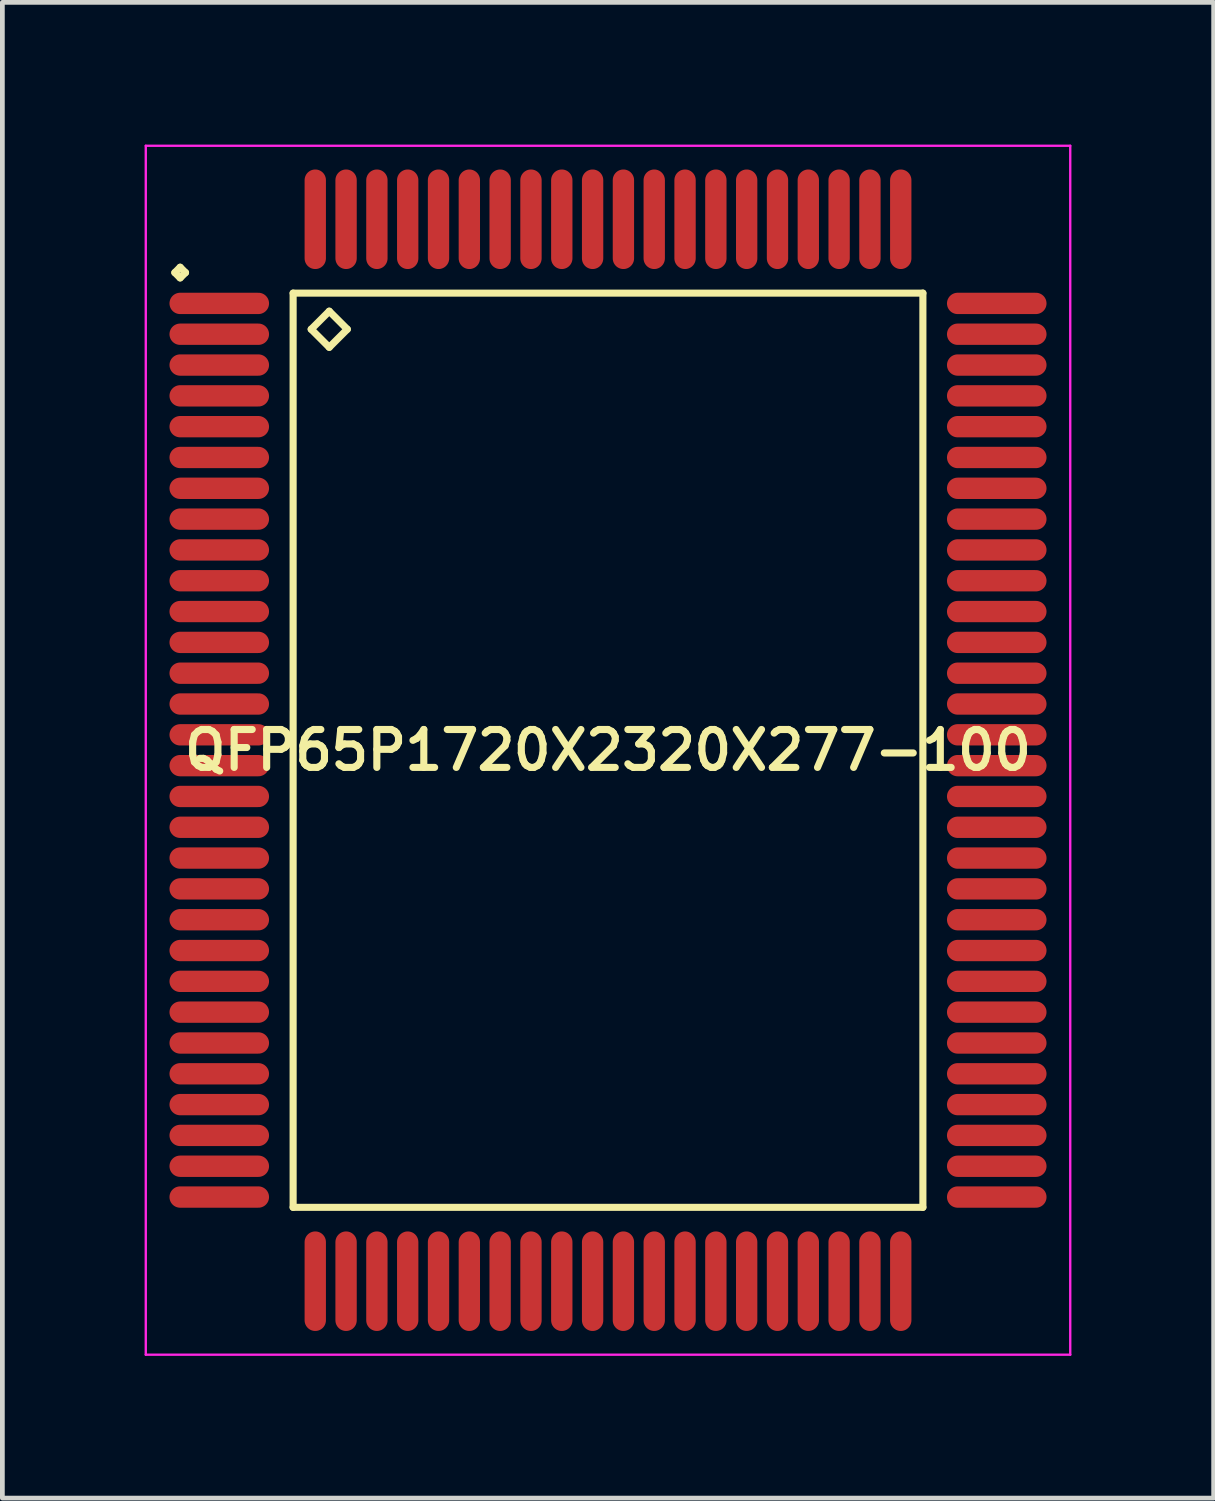
<source format=kicad_pcb>
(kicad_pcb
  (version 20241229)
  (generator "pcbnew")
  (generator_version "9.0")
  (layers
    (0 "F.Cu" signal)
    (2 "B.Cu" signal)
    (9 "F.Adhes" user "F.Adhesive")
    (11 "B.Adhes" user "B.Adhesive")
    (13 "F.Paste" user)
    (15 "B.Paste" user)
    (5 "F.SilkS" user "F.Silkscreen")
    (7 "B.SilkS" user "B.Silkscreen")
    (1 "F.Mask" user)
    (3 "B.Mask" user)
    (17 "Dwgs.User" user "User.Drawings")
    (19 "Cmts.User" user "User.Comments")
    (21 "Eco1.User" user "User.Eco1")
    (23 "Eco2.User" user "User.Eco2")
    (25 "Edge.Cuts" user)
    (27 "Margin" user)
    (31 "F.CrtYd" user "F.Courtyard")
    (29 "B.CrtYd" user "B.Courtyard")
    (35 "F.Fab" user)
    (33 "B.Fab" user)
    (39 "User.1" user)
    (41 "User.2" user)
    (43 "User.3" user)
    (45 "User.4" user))
  (footprint "QFP65P1720X2320X277-100"
    (layer "F.Cu")
    (at 9.775 12.775)
    (property "Reference" "QFP65P1720X2320X277-100" (at 0 0 0) (layer "F.SilkS") (effects (font (size 0.8 0.8) (thickness 0.15))))
    (attr smd)
    (fp_line (start -9.137 -10.075) (end -9.025 -10.188) (stroke (width 0.15) (type solid)) (layer "F.SilkS"))
    (fp_line (start -9.025 -10.188) (end -8.912 -10.075) (stroke (width 0.15) (type solid)) (layer "F.SilkS"))
    (fp_line (start -9.025 -9.963) (end -9.137 -10.075) (stroke (width 0.15) (type solid)) (layer "F.SilkS"))
    (fp_line (start -8.912 -10.075) (end -9.025 -9.963) (stroke (width 0.15) (type solid)) (layer "F.SilkS"))
    (fp_line (start -6.642 -9.642) (end -6.642 9.642) (stroke (width 0.15) (type solid)) (layer "F.SilkS"))
    (fp_line (start -6.642 9.642) (end 6.642 9.642) (stroke (width 0.15) (type solid)) (layer "F.SilkS"))
    (fp_line (start -6.261 -8.88) (end -5.88 -9.261) (stroke (width 0.15) (type solid)) (layer "F.SilkS"))
    (fp_line (start -5.88 -9.261) (end -5.499 -8.88) (stroke (width 0.15) (type solid)) (layer "F.SilkS"))
    (fp_line (start -5.88 -8.499) (end -6.261 -8.88) (stroke (width 0.15) (type solid)) (layer "F.SilkS"))
    (fp_line (start -5.499 -8.88) (end -5.88 -8.499) (stroke (width 0.15) (type solid)) (layer "F.SilkS"))
    (fp_line (start 6.642 -9.642) (end -6.642 -9.642) (stroke (width 0.15) (type solid)) (layer "F.SilkS"))
    (fp_line (start 6.642 9.642) (end 6.642 -9.642) (stroke (width 0.15) (type solid)) (layer "F.SilkS"))
    (fp_line (start -9.75 -12.75) (end 9.75 -12.75) (stroke (width 0.05) (type solid)) (layer "F.CrtYd"))
    (fp_line (start -9.75 12.75) (end -9.75 -12.75) (stroke (width 0.05) (type solid)) (layer "F.CrtYd"))
    (fp_line (start 9.75 -12.75) (end 9.75 12.75) (stroke (width 0.05) (type solid)) (layer "F.CrtYd"))
    (fp_line (start 9.75 12.75) (end -9.75 12.75) (stroke (width 0.05) (type solid)) (layer "F.CrtYd"))
    (pad "1" smd oval (at -8.2 -9.425) (size 2.1 0.45) (layers "F.Cu" "F.Mask" "F.Paste"))
    (pad "2" smd oval (at -8.2 -8.775) (size 2.1 0.45) (layers "F.Cu" "F.Mask" "F.Paste"))
    (pad "3" smd oval (at -8.2 -8.125) (size 2.1 0.45) (layers "F.Cu" "F.Mask" "F.Paste"))
    (pad "4" smd oval (at -8.2 -7.475) (size 2.1 0.45) (layers "F.Cu" "F.Mask" "F.Paste"))
    (pad "5" smd oval (at -8.2 -6.825) (size 2.1 0.45) (layers "F.Cu" "F.Mask" "F.Paste"))
    (pad "6" smd oval (at -8.2 -6.175) (size 2.1 0.45) (layers "F.Cu" "F.Mask" "F.Paste"))
    (pad "7" smd oval (at -8.2 -5.525) (size 2.1 0.45) (layers "F.Cu" "F.Mask" "F.Paste"))
    (pad "8" smd oval (at -8.2 -4.875) (size 2.1 0.45) (layers "F.Cu" "F.Mask" "F.Paste"))
    (pad "9" smd oval (at -8.2 -4.225) (size 2.1 0.45) (layers "F.Cu" "F.Mask" "F.Paste"))
    (pad "10" smd oval (at -8.2 -3.575) (size 2.1 0.45) (layers "F.Cu" "F.Mask" "F.Paste"))
    (pad "11" smd oval (at -8.2 -2.925) (size 2.1 0.45) (layers "F.Cu" "F.Mask" "F.Paste"))
    (pad "12" smd oval (at -8.2 -2.275) (size 2.1 0.45) (layers "F.Cu" "F.Mask" "F.Paste"))
    (pad "13" smd oval (at -8.2 -1.625) (size 2.1 0.45) (layers "F.Cu" "F.Mask" "F.Paste"))
    (pad "14" smd oval (at -8.2 -0.975) (size 2.1 0.45) (layers "F.Cu" "F.Mask" "F.Paste"))
    (pad "15" smd oval (at -8.2 -0.325) (size 2.1 0.45) (layers "F.Cu" "F.Mask" "F.Paste"))
    (pad "16" smd oval (at -8.2 0.325) (size 2.1 0.45) (layers "F.Cu" "F.Mask" "F.Paste"))
    (pad "17" smd oval (at -8.2 0.975) (size 2.1 0.45) (layers "F.Cu" "F.Mask" "F.Paste"))
    (pad "18" smd oval (at -8.2 1.625) (size 2.1 0.45) (layers "F.Cu" "F.Mask" "F.Paste"))
    (pad "19" smd oval (at -8.2 2.275) (size 2.1 0.45) (layers "F.Cu" "F.Mask" "F.Paste"))
    (pad "20" smd oval (at -8.2 2.925) (size 2.1 0.45) (layers "F.Cu" "F.Mask" "F.Paste"))
    (pad "21" smd oval (at -8.2 3.575) (size 2.1 0.45) (layers "F.Cu" "F.Mask" "F.Paste"))
    (pad "22" smd oval (at -8.2 4.225) (size 2.1 0.45) (layers "F.Cu" "F.Mask" "F.Paste"))
    (pad "23" smd oval (at -8.2 4.875) (size 2.1 0.45) (layers "F.Cu" "F.Mask" "F.Paste"))
    (pad "24" smd oval (at -8.2 5.525) (size 2.1 0.45) (layers "F.Cu" "F.Mask" "F.Paste"))
    (pad "25" smd oval (at -8.2 6.175) (size 2.1 0.45) (layers "F.Cu" "F.Mask" "F.Paste"))
    (pad "26" smd oval (at -8.2 6.825) (size 2.1 0.45) (layers "F.Cu" "F.Mask" "F.Paste"))
    (pad "27" smd oval (at -8.2 7.475) (size 2.1 0.45) (layers "F.Cu" "F.Mask" "F.Paste"))
    (pad "28" smd oval (at -8.2 8.125) (size 2.1 0.45) (layers "F.Cu" "F.Mask" "F.Paste"))
    (pad "29" smd oval (at -8.2 8.775) (size 2.1 0.45) (layers "F.Cu" "F.Mask" "F.Paste"))
    (pad "30" smd oval (at -8.2 9.425) (size 2.1 0.45) (layers "F.Cu" "F.Mask" "F.Paste"))
    (pad "31" smd oval (at -6.175 11.2) (size 0.45 2.1) (layers "F.Cu" "F.Mask" "F.Paste"))
    (pad "32" smd oval (at -5.525 11.2) (size 0.45 2.1) (layers "F.Cu" "F.Mask" "F.Paste"))
    (pad "33" smd oval (at -4.875 11.2) (size 0.45 2.1) (layers "F.Cu" "F.Mask" "F.Paste"))
    (pad "34" smd oval (at -4.225 11.2) (size 0.45 2.1) (layers "F.Cu" "F.Mask" "F.Paste"))
    (pad "35" smd oval (at -3.575 11.2) (size 0.45 2.1) (layers "F.Cu" "F.Mask" "F.Paste"))
    (pad "36" smd oval (at -2.925 11.2) (size 0.45 2.1) (layers "F.Cu" "F.Mask" "F.Paste"))
    (pad "37" smd oval (at -2.275 11.2) (size 0.45 2.1) (layers "F.Cu" "F.Mask" "F.Paste"))
    (pad "38" smd oval (at -1.625 11.2) (size 0.45 2.1) (layers "F.Cu" "F.Mask" "F.Paste"))
    (pad "39" smd oval (at -0.975 11.2) (size 0.45 2.1) (layers "F.Cu" "F.Mask" "F.Paste"))
    (pad "40" smd oval (at -0.325 11.2) (size 0.45 2.1) (layers "F.Cu" "F.Mask" "F.Paste"))
    (pad "41" smd oval (at 0.325 11.2) (size 0.45 2.1) (layers "F.Cu" "F.Mask" "F.Paste"))
    (pad "42" smd oval (at 0.975 11.2) (size 0.45 2.1) (layers "F.Cu" "F.Mask" "F.Paste"))
    (pad "43" smd oval (at 1.625 11.2) (size 0.45 2.1) (layers "F.Cu" "F.Mask" "F.Paste"))
    (pad "44" smd oval (at 2.275 11.2) (size 0.45 2.1) (layers "F.Cu" "F.Mask" "F.Paste"))
    (pad "45" smd oval (at 2.925 11.2) (size 0.45 2.1) (layers "F.Cu" "F.Mask" "F.Paste"))
    (pad "46" smd oval (at 3.575 11.2) (size 0.45 2.1) (layers "F.Cu" "F.Mask" "F.Paste"))
    (pad "47" smd oval (at 4.225 11.2) (size 0.45 2.1) (layers "F.Cu" "F.Mask" "F.Paste"))
    (pad "48" smd oval (at 4.875 11.2) (size 0.45 2.1) (layers "F.Cu" "F.Mask" "F.Paste"))
    (pad "49" smd oval (at 5.525 11.2) (size 0.45 2.1) (layers "F.Cu" "F.Mask" "F.Paste"))
    (pad "50" smd oval (at 6.175 11.2) (size 0.45 2.1) (layers "F.Cu" "F.Mask" "F.Paste"))
    (pad "51" smd oval (at 8.2 9.425) (size 2.1 0.45) (layers "F.Cu" "F.Mask" "F.Paste"))
    (pad "52" smd oval (at 8.2 8.775) (size 2.1 0.45) (layers "F.Cu" "F.Mask" "F.Paste"))
    (pad "53" smd oval (at 8.2 8.125) (size 2.1 0.45) (layers "F.Cu" "F.Mask" "F.Paste"))
    (pad "54" smd oval (at 8.2 7.475) (size 2.1 0.45) (layers "F.Cu" "F.Mask" "F.Paste"))
    (pad "55" smd oval (at 8.2 6.825) (size 2.1 0.45) (layers "F.Cu" "F.Mask" "F.Paste"))
    (pad "56" smd oval (at 8.2 6.175) (size 2.1 0.45) (layers "F.Cu" "F.Mask" "F.Paste"))
    (pad "57" smd oval (at 8.2 5.525) (size 2.1 0.45) (layers "F.Cu" "F.Mask" "F.Paste"))
    (pad "58" smd oval (at 8.2 4.875) (size 2.1 0.45) (layers "F.Cu" "F.Mask" "F.Paste"))
    (pad "59" smd oval (at 8.2 4.225) (size 2.1 0.45) (layers "F.Cu" "F.Mask" "F.Paste"))
    (pad "60" smd oval (at 8.2 3.575) (size 2.1 0.45) (layers "F.Cu" "F.Mask" "F.Paste"))
    (pad "61" smd oval (at 8.2 2.925) (size 2.1 0.45) (layers "F.Cu" "F.Mask" "F.Paste"))
    (pad "62" smd oval (at 8.2 2.275) (size 2.1 0.45) (layers "F.Cu" "F.Mask" "F.Paste"))
    (pad "63" smd oval (at 8.2 1.625) (size 2.1 0.45) (layers "F.Cu" "F.Mask" "F.Paste"))
    (pad "64" smd oval (at 8.2 0.975) (size 2.1 0.45) (layers "F.Cu" "F.Mask" "F.Paste"))
    (pad "65" smd oval (at 8.2 0.325) (size 2.1 0.45) (layers "F.Cu" "F.Mask" "F.Paste"))
    (pad "66" smd oval (at 8.2 -0.325) (size 2.1 0.45) (layers "F.Cu" "F.Mask" "F.Paste"))
    (pad "67" smd oval (at 8.2 -0.975) (size 2.1 0.45) (layers "F.Cu" "F.Mask" "F.Paste"))
    (pad "68" smd oval (at 8.2 -1.625) (size 2.1 0.45) (layers "F.Cu" "F.Mask" "F.Paste"))
    (pad "69" smd oval (at 8.2 -2.275) (size 2.1 0.45) (layers "F.Cu" "F.Mask" "F.Paste"))
    (pad "70" smd oval (at 8.2 -2.925) (size 2.1 0.45) (layers "F.Cu" "F.Mask" "F.Paste"))
    (pad "71" smd oval (at 8.2 -3.575) (size 2.1 0.45) (layers "F.Cu" "F.Mask" "F.Paste"))
    (pad "72" smd oval (at 8.2 -4.225) (size 2.1 0.45) (layers "F.Cu" "F.Mask" "F.Paste"))
    (pad "73" smd oval (at 8.2 -4.875) (size 2.1 0.45) (layers "F.Cu" "F.Mask" "F.Paste"))
    (pad "74" smd oval (at 8.2 -5.525) (size 2.1 0.45) (layers "F.Cu" "F.Mask" "F.Paste"))
    (pad "75" smd oval (at 8.2 -6.175) (size 2.1 0.45) (layers "F.Cu" "F.Mask" "F.Paste"))
    (pad "76" smd oval (at 8.2 -6.825) (size 2.1 0.45) (layers "F.Cu" "F.Mask" "F.Paste"))
    (pad "77" smd oval (at 8.2 -7.475) (size 2.1 0.45) (layers "F.Cu" "F.Mask" "F.Paste"))
    (pad "78" smd oval (at 8.2 -8.125) (size 2.1 0.45) (layers "F.Cu" "F.Mask" "F.Paste"))
    (pad "79" smd oval (at 8.2 -8.775) (size 2.1 0.45) (layers "F.Cu" "F.Mask" "F.Paste"))
    (pad "80" smd oval (at 8.2 -9.425) (size 2.1 0.45) (layers "F.Cu" "F.Mask" "F.Paste"))
    (pad "81" smd oval (at 6.175 -11.2) (size 0.45 2.1) (layers "F.Cu" "F.Mask" "F.Paste"))
    (pad "82" smd oval (at 5.525 -11.2) (size 0.45 2.1) (layers "F.Cu" "F.Mask" "F.Paste"))
    (pad "83" smd oval (at 4.875 -11.2) (size 0.45 2.1) (layers "F.Cu" "F.Mask" "F.Paste"))
    (pad "84" smd oval (at 4.225 -11.2) (size 0.45 2.1) (layers "F.Cu" "F.Mask" "F.Paste"))
    (pad "85" smd oval (at 3.575 -11.2) (size 0.45 2.1) (layers "F.Cu" "F.Mask" "F.Paste"))
    (pad "86" smd oval (at 2.925 -11.2) (size 0.45 2.1) (layers "F.Cu" "F.Mask" "F.Paste"))
    (pad "87" smd oval (at 2.275 -11.2) (size 0.45 2.1) (layers "F.Cu" "F.Mask" "F.Paste"))
    (pad "88" smd oval (at 1.625 -11.2) (size 0.45 2.1) (layers "F.Cu" "F.Mask" "F.Paste"))
    (pad "89" smd oval (at 0.975 -11.2) (size 0.45 2.1) (layers "F.Cu" "F.Mask" "F.Paste"))
    (pad "90" smd oval (at 0.325 -11.2) (size 0.45 2.1) (layers "F.Cu" "F.Mask" "F.Paste"))
    (pad "91" smd oval (at -0.325 -11.2) (size 0.45 2.1) (layers "F.Cu" "F.Mask" "F.Paste"))
    (pad "92" smd oval (at -0.975 -11.2) (size 0.45 2.1) (layers "F.Cu" "F.Mask" "F.Paste"))
    (pad "93" smd oval (at -1.625 -11.2) (size 0.45 2.1) (layers "F.Cu" "F.Mask" "F.Paste"))
    (pad "94" smd oval (at -2.275 -11.2) (size 0.45 2.1) (layers "F.Cu" "F.Mask" "F.Paste"))
    (pad "95" smd oval (at -2.925 -11.2) (size 0.45 2.1) (layers "F.Cu" "F.Mask" "F.Paste"))
    (pad "96" smd oval (at -3.575 -11.2) (size 0.45 2.1) (layers "F.Cu" "F.Mask" "F.Paste"))
    (pad "97" smd oval (at -4.225 -11.2) (size 0.45 2.1) (layers "F.Cu" "F.Mask" "F.Paste"))
    (pad "98" smd oval (at -4.875 -11.2) (size 0.45 2.1) (layers "F.Cu" "F.Mask" "F.Paste"))
    (pad "99" smd oval (at -5.525 -11.2) (size 0.45 2.1) (layers "F.Cu" "F.Mask" "F.Paste"))
    (pad "100" smd oval (at -6.175 -11.2) (size 0.45 2.1) (layers "F.Cu" "F.Mask" "F.Paste")))
  (gr_rect
    (start -3 -3)
    (end 22.55 28.55)
    (stroke (width 0.1) (type default))
    (fill no)
    (layer "Edge.Cuts")))
</source>
